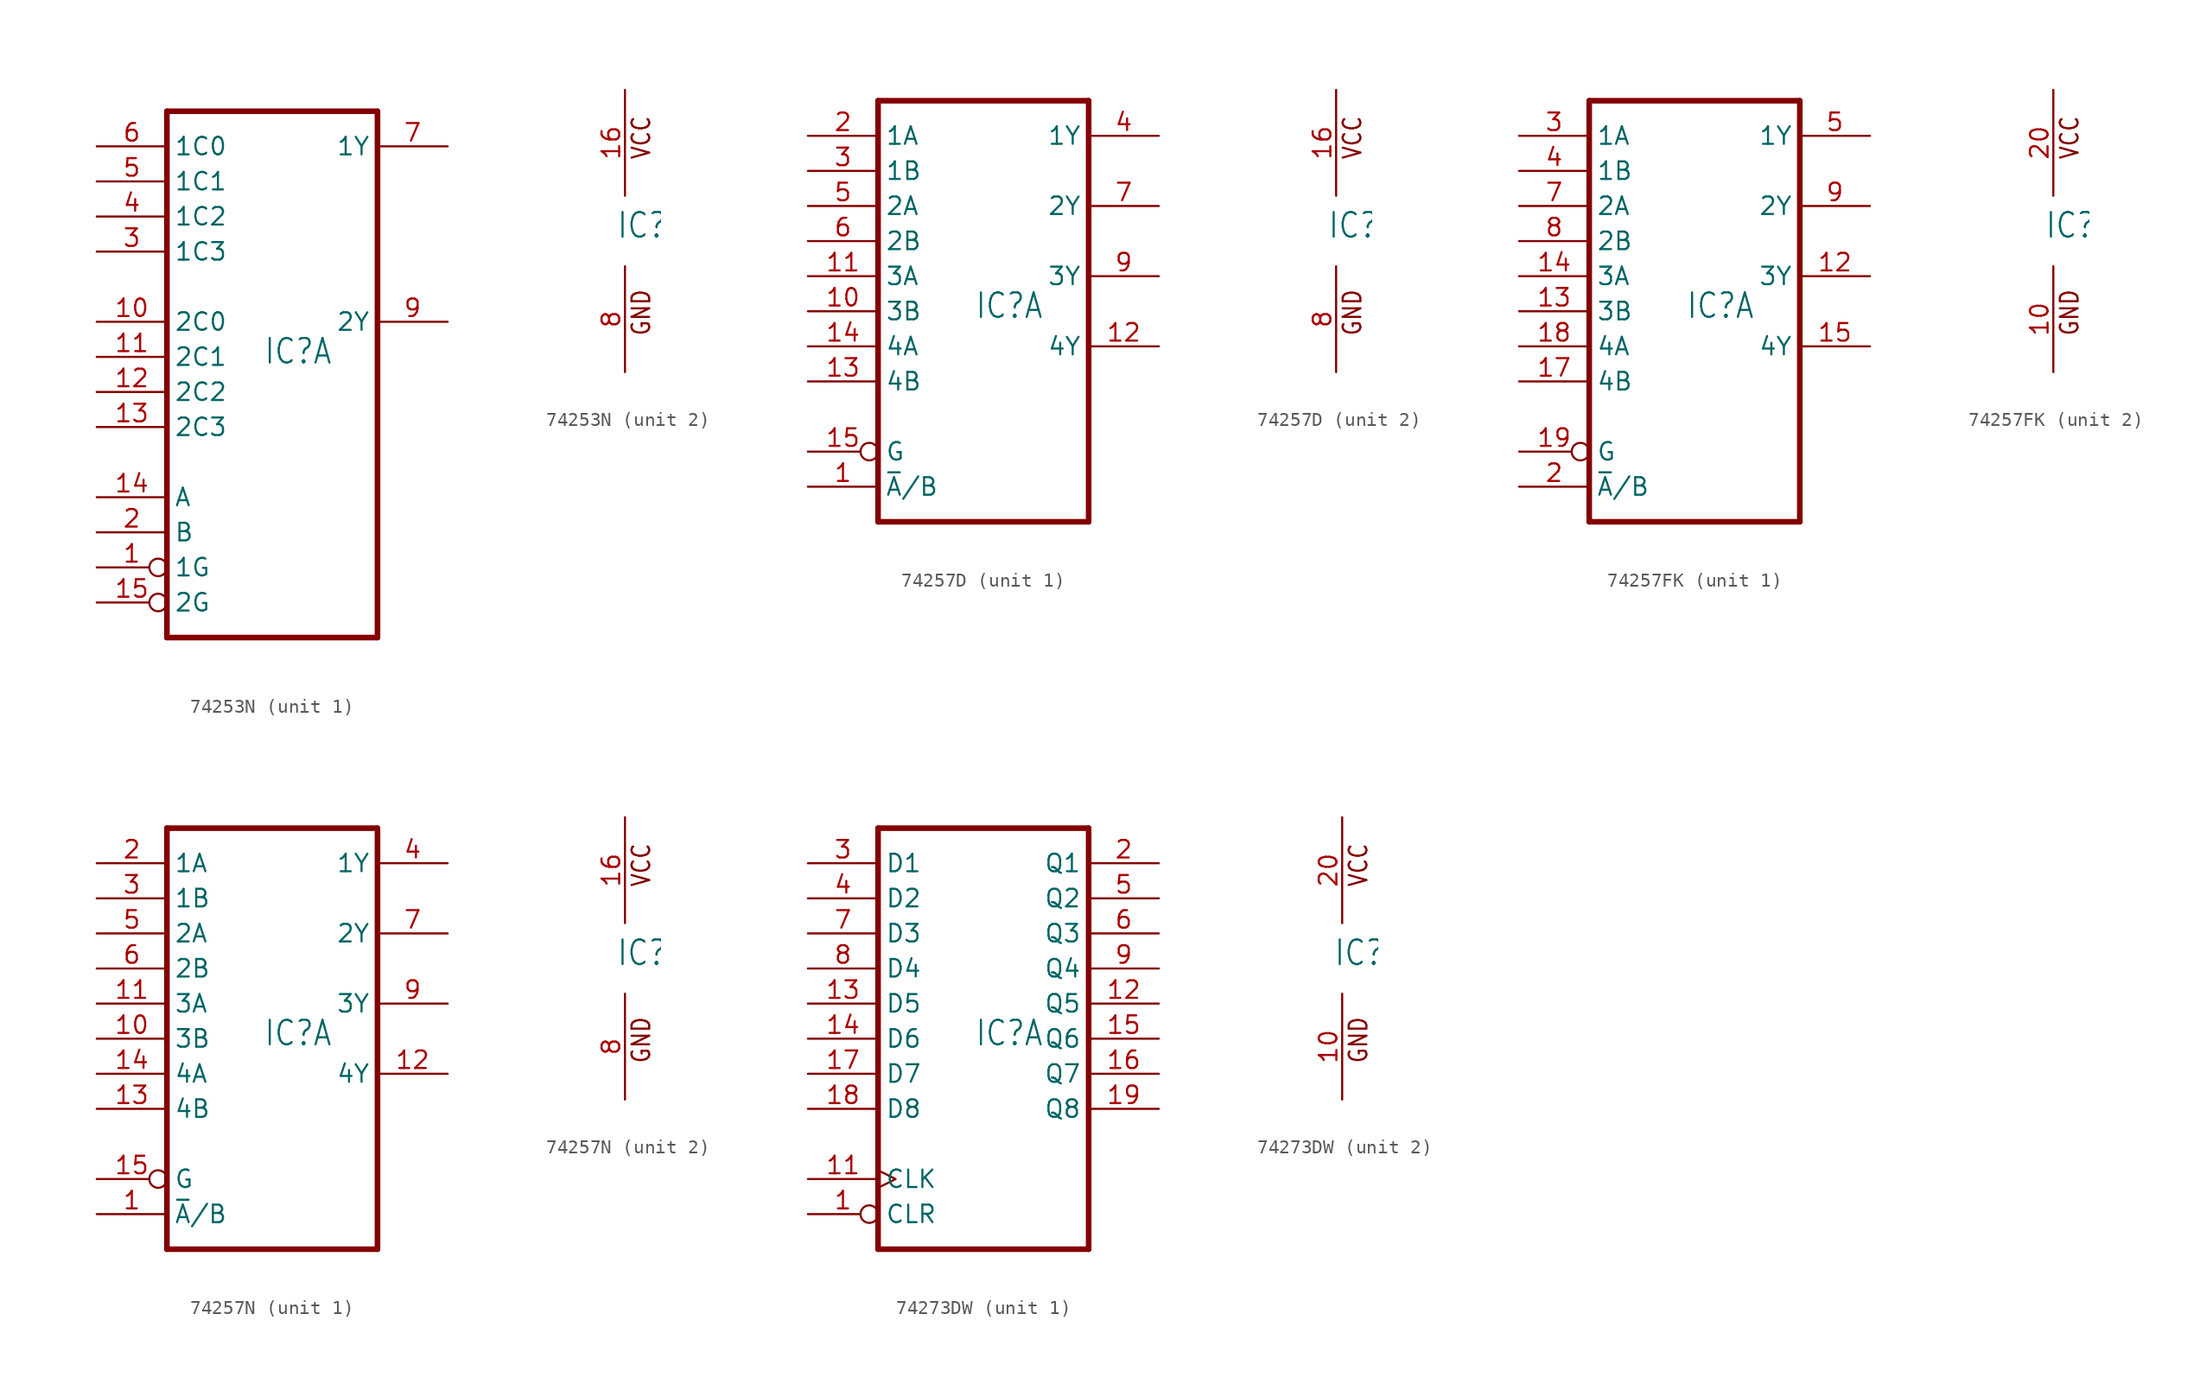
<source format=kicad_sym>
(kicad_symbol_lib
  (version 20211014)
  (generator kicad_symbol_editor)
  (symbol "74253N"
    (property "Reference" "IC"
      (at -0.635 -0.635 0)
      (effects (font (size 1.778 1.511)) (justify left bottom)))
    (property "ki_locked" ""
      (at 0 0 0)
      (effects (font (size 1.27 1.27))))
    (symbol "74253N_1_0"
      (polyline (pts (xy -7.62 -20.32) (xy 7.62 -20.32)) (stroke (width 0.406) (type default) (color 0 0 0 0)) (fill (type none)))
      (polyline (pts (xy -7.62 17.78) (xy -7.62 -20.32)) (stroke (width 0.406) (type default) (color 0 0 0 0)) (fill (type none)))
      (polyline (pts (xy 7.62 -20.32) (xy 7.62 17.78)) (stroke (width 0.406) (type default) (color 0 0 0 0)) (fill (type none)))
      (polyline (pts (xy 7.62 17.78) (xy -7.62 17.78)) (stroke (width 0.406) (type default) (color 0 0 0 0)) (fill (type none)))
      (pin input inverted (at -12.7 -15.24 0) (length 5.08) (name "1G" (effects (font (size 1.27 1.27)))) (number "1" (effects (font (size 1.27 1.27)))))
      (pin input line (at -12.7 2.54 0) (length 5.08) (name "2C0" (effects (font (size 1.27 1.27)))) (number "10" (effects (font (size 1.27 1.27)))))
      (pin input line (at -12.7 0 0) (length 5.08) (name "2C1" (effects (font (size 1.27 1.27)))) (number "11" (effects (font (size 1.27 1.27)))))
      (pin input line (at -12.7 -2.54 0) (length 5.08) (name "2C2" (effects (font (size 1.27 1.27)))) (number "12" (effects (font (size 1.27 1.27)))))
      (pin input line (at -12.7 -5.08 0) (length 5.08) (name "2C3" (effects (font (size 1.27 1.27)))) (number "13" (effects (font (size 1.27 1.27)))))
      (pin input line (at -12.7 -10.16 0) (length 5.08) (name "A" (effects (font (size 1.27 1.27)))) (number "14" (effects (font (size 1.27 1.27)))))
      (pin input inverted (at -12.7 -17.78 0) (length 5.08) (name "2G" (effects (font (size 1.27 1.27)))) (number "15" (effects (font (size 1.27 1.27)))))
      (pin input line (at -12.7 -12.7 0) (length 5.08) (name "B" (effects (font (size 1.27 1.27)))) (number "2" (effects (font (size 1.27 1.27)))))
      (pin input line (at -12.7 7.62 0) (length 5.08) (name "1C3" (effects (font (size 1.27 1.27)))) (number "3" (effects (font (size 1.27 1.27)))))
      (pin input line (at -12.7 10.16 0) (length 5.08) (name "1C2" (effects (font (size 1.27 1.27)))) (number "4" (effects (font (size 1.27 1.27)))))
      (pin input line (at -12.7 12.7 0) (length 5.08) (name "1C1" (effects (font (size 1.27 1.27)))) (number "5" (effects (font (size 1.27 1.27)))))
      (pin input line (at -12.7 15.24 0) (length 5.08) (name "1C0" (effects (font (size 1.27 1.27)))) (number "6" (effects (font (size 1.27 1.27)))))
      (pin tri_state line (at 12.7 15.24 180) (length 5.08) (name "1Y" (effects (font (size 1.27 1.27)))) (number "7" (effects (font (size 1.27 1.27)))))
      (pin tri_state line (at 12.7 2.54 180) (length 5.08) (name "2Y" (effects (font (size 1.27 1.27)))) (number "9" (effects (font (size 1.27 1.27))))))
    (symbol "74253N_2_0"
      (text "GND" (at 1.905 -7.62 900) (effects (font (size 1.27 1.079)) (justify left bottom)))
      (text "VCC" (at 1.905 5.08 900) (effects (font (size 1.27 1.079)) (justify left bottom)))
      (pin power_in line (at 0 10.16 270) (length 7.62) (name "VCC" (effects (font (size 0 0)))) (number "16" (effects (font (size 1.27 1.27)))))
      (pin power_in line (at 0 -10.16 90) (length 7.62) (name "GND" (effects (font (size 0 0)))) (number "8" (effects (font (size 1.27 1.27)))))))
  (symbol "74257D"
    (property "Reference" "IC"
      (at -0.635 -0.635 0)
      (effects (font (size 1.778 1.511)) (justify left bottom)))
    (property "ki_locked" ""
      (at 0 0 0)
      (effects (font (size 1.27 1.27))))
    (symbol "74257D_1_0"
      (polyline (pts (xy -7.62 -15.24) (xy 7.62 -15.24)) (stroke (width 0.406) (type default) (color 0 0 0 0)) (fill (type none)))
      (polyline (pts (xy -7.62 15.24) (xy -7.62 -15.24)) (stroke (width 0.406) (type default) (color 0 0 0 0)) (fill (type none)))
      (polyline (pts (xy 7.62 -15.24) (xy 7.62 15.24)) (stroke (width 0.406) (type default) (color 0 0 0 0)) (fill (type none)))
      (polyline (pts (xy 7.62 15.24) (xy -7.62 15.24)) (stroke (width 0.406) (type default) (color 0 0 0 0)) (fill (type none)))
      (pin input line (at -12.7 -12.7 0) (length 5.08) (name "~{A}/B" (effects (font (size 1.27 1.27)))) (number "1" (effects (font (size 1.27 1.27)))))
      (pin input line (at -12.7 0 0) (length 5.08) (name "3B" (effects (font (size 1.27 1.27)))) (number "10" (effects (font (size 1.27 1.27)))))
      (pin input line (at -12.7 2.54 0) (length 5.08) (name "3A" (effects (font (size 1.27 1.27)))) (number "11" (effects (font (size 1.27 1.27)))))
      (pin tri_state line (at 12.7 -2.54 180) (length 5.08) (name "4Y" (effects (font (size 1.27 1.27)))) (number "12" (effects (font (size 1.27 1.27)))))
      (pin input line (at -12.7 -5.08 0) (length 5.08) (name "4B" (effects (font (size 1.27 1.27)))) (number "13" (effects (font (size 1.27 1.27)))))
      (pin input line (at -12.7 -2.54 0) (length 5.08) (name "4A" (effects (font (size 1.27 1.27)))) (number "14" (effects (font (size 1.27 1.27)))))
      (pin input inverted (at -12.7 -10.16 0) (length 5.08) (name "G" (effects (font (size 1.27 1.27)))) (number "15" (effects (font (size 1.27 1.27)))))
      (pin input line (at -12.7 12.7 0) (length 5.08) (name "1A" (effects (font (size 1.27 1.27)))) (number "2" (effects (font (size 1.27 1.27)))))
      (pin input line (at -12.7 10.16 0) (length 5.08) (name "1B" (effects (font (size 1.27 1.27)))) (number "3" (effects (font (size 1.27 1.27)))))
      (pin tri_state line (at 12.7 12.7 180) (length 5.08) (name "1Y" (effects (font (size 1.27 1.27)))) (number "4" (effects (font (size 1.27 1.27)))))
      (pin input line (at -12.7 7.62 0) (length 5.08) (name "2A" (effects (font (size 1.27 1.27)))) (number "5" (effects (font (size 1.27 1.27)))))
      (pin input line (at -12.7 5.08 0) (length 5.08) (name "2B" (effects (font (size 1.27 1.27)))) (number "6" (effects (font (size 1.27 1.27)))))
      (pin tri_state line (at 12.7 7.62 180) (length 5.08) (name "2Y" (effects (font (size 1.27 1.27)))) (number "7" (effects (font (size 1.27 1.27)))))
      (pin tri_state line (at 12.7 2.54 180) (length 5.08) (name "3Y" (effects (font (size 1.27 1.27)))) (number "9" (effects (font (size 1.27 1.27))))))
    (symbol "74257D_2_0"
      (text "GND" (at 1.905 -7.62 900) (effects (font (size 1.27 1.079)) (justify left bottom)))
      (text "VCC" (at 1.905 5.08 900) (effects (font (size 1.27 1.079)) (justify left bottom)))
      (pin power_in line (at 0 10.16 270) (length 7.62) (name "VCC" (effects (font (size 0 0)))) (number "16" (effects (font (size 1.27 1.27)))))
      (pin power_in line (at 0 -10.16 90) (length 7.62) (name "GND" (effects (font (size 0 0)))) (number "8" (effects (font (size 1.27 1.27)))))))
  (symbol "74257FK"
    (property "Reference" "IC"
      (at -0.635 -0.635 0)
      (effects (font (size 1.778 1.511)) (justify left bottom)))
    (property "ki_locked" ""
      (at 0 0 0)
      (effects (font (size 1.27 1.27))))
    (symbol "74257FK_1_0"
      (polyline (pts (xy -7.62 -15.24) (xy 7.62 -15.24)) (stroke (width 0.406) (type default) (color 0 0 0 0)) (fill (type none)))
      (polyline (pts (xy -7.62 15.24) (xy -7.62 -15.24)) (stroke (width 0.406) (type default) (color 0 0 0 0)) (fill (type none)))
      (polyline (pts (xy 7.62 -15.24) (xy 7.62 15.24)) (stroke (width 0.406) (type default) (color 0 0 0 0)) (fill (type none)))
      (polyline (pts (xy 7.62 15.24) (xy -7.62 15.24)) (stroke (width 0.406) (type default) (color 0 0 0 0)) (fill (type none)))
      (pin tri_state line (at 12.7 2.54 180) (length 5.08) (name "3Y" (effects (font (size 1.27 1.27)))) (number "12" (effects (font (size 1.27 1.27)))))
      (pin input line (at -12.7 0 0) (length 5.08) (name "3B" (effects (font (size 1.27 1.27)))) (number "13" (effects (font (size 1.27 1.27)))))
      (pin input line (at -12.7 2.54 0) (length 5.08) (name "3A" (effects (font (size 1.27 1.27)))) (number "14" (effects (font (size 1.27 1.27)))))
      (pin tri_state line (at 12.7 -2.54 180) (length 5.08) (name "4Y" (effects (font (size 1.27 1.27)))) (number "15" (effects (font (size 1.27 1.27)))))
      (pin input line (at -12.7 -5.08 0) (length 5.08) (name "4B" (effects (font (size 1.27 1.27)))) (number "17" (effects (font (size 1.27 1.27)))))
      (pin input line (at -12.7 -2.54 0) (length 5.08) (name "4A" (effects (font (size 1.27 1.27)))) (number "18" (effects (font (size 1.27 1.27)))))
      (pin input inverted (at -12.7 -10.16 0) (length 5.08) (name "G" (effects (font (size 1.27 1.27)))) (number "19" (effects (font (size 1.27 1.27)))))
      (pin input line (at -12.7 -12.7 0) (length 5.08) (name "~{A}/B" (effects (font (size 1.27 1.27)))) (number "2" (effects (font (size 1.27 1.27)))))
      (pin input line (at -12.7 12.7 0) (length 5.08) (name "1A" (effects (font (size 1.27 1.27)))) (number "3" (effects (font (size 1.27 1.27)))))
      (pin input line (at -12.7 10.16 0) (length 5.08) (name "1B" (effects (font (size 1.27 1.27)))) (number "4" (effects (font (size 1.27 1.27)))))
      (pin tri_state line (at 12.7 12.7 180) (length 5.08) (name "1Y" (effects (font (size 1.27 1.27)))) (number "5" (effects (font (size 1.27 1.27)))))
      (pin input line (at -12.7 7.62 0) (length 5.08) (name "2A" (effects (font (size 1.27 1.27)))) (number "7" (effects (font (size 1.27 1.27)))))
      (pin input line (at -12.7 5.08 0) (length 5.08) (name "2B" (effects (font (size 1.27 1.27)))) (number "8" (effects (font (size 1.27 1.27)))))
      (pin tri_state line (at 12.7 7.62 180) (length 5.08) (name "2Y" (effects (font (size 1.27 1.27)))) (number "9" (effects (font (size 1.27 1.27))))))
    (symbol "74257FK_2_0"
      (text "GND" (at 1.905 -7.62 900) (effects (font (size 1.27 1.079)) (justify left bottom)))
      (text "VCC" (at 1.905 5.08 900) (effects (font (size 1.27 1.079)) (justify left bottom)))
      (pin power_in line (at 0 -10.16 90) (length 7.62) (name "GND" (effects (font (size 0 0)))) (number "10" (effects (font (size 1.27 1.27)))))
      (pin power_in line (at 0 10.16 270) (length 7.62) (name "VCC" (effects (font (size 0 0)))) (number "20" (effects (font (size 1.27 1.27)))))))
  (symbol "74257N"
    (property "Reference" "IC"
      (at -0.635 -0.635 0)
      (effects (font (size 1.778 1.511)) (justify left bottom)))
    (property "ki_locked" ""
      (at 0 0 0)
      (effects (font (size 1.27 1.27))))
    (symbol "74257N_1_0"
      (polyline (pts (xy -7.62 -15.24) (xy 7.62 -15.24)) (stroke (width 0.406) (type default) (color 0 0 0 0)) (fill (type none)))
      (polyline (pts (xy -7.62 15.24) (xy -7.62 -15.24)) (stroke (width 0.406) (type default) (color 0 0 0 0)) (fill (type none)))
      (polyline (pts (xy 7.62 -15.24) (xy 7.62 15.24)) (stroke (width 0.406) (type default) (color 0 0 0 0)) (fill (type none)))
      (polyline (pts (xy 7.62 15.24) (xy -7.62 15.24)) (stroke (width 0.406) (type default) (color 0 0 0 0)) (fill (type none)))
      (pin input line (at -12.7 -12.7 0) (length 5.08) (name "~{A}/B" (effects (font (size 1.27 1.27)))) (number "1" (effects (font (size 1.27 1.27)))))
      (pin input line (at -12.7 0 0) (length 5.08) (name "3B" (effects (font (size 1.27 1.27)))) (number "10" (effects (font (size 1.27 1.27)))))
      (pin input line (at -12.7 2.54 0) (length 5.08) (name "3A" (effects (font (size 1.27 1.27)))) (number "11" (effects (font (size 1.27 1.27)))))
      (pin tri_state line (at 12.7 -2.54 180) (length 5.08) (name "4Y" (effects (font (size 1.27 1.27)))) (number "12" (effects (font (size 1.27 1.27)))))
      (pin input line (at -12.7 -5.08 0) (length 5.08) (name "4B" (effects (font (size 1.27 1.27)))) (number "13" (effects (font (size 1.27 1.27)))))
      (pin input line (at -12.7 -2.54 0) (length 5.08) (name "4A" (effects (font (size 1.27 1.27)))) (number "14" (effects (font (size 1.27 1.27)))))
      (pin input inverted (at -12.7 -10.16 0) (length 5.08) (name "G" (effects (font (size 1.27 1.27)))) (number "15" (effects (font (size 1.27 1.27)))))
      (pin input line (at -12.7 12.7 0) (length 5.08) (name "1A" (effects (font (size 1.27 1.27)))) (number "2" (effects (font (size 1.27 1.27)))))
      (pin input line (at -12.7 10.16 0) (length 5.08) (name "1B" (effects (font (size 1.27 1.27)))) (number "3" (effects (font (size 1.27 1.27)))))
      (pin tri_state line (at 12.7 12.7 180) (length 5.08) (name "1Y" (effects (font (size 1.27 1.27)))) (number "4" (effects (font (size 1.27 1.27)))))
      (pin input line (at -12.7 7.62 0) (length 5.08) (name "2A" (effects (font (size 1.27 1.27)))) (number "5" (effects (font (size 1.27 1.27)))))
      (pin input line (at -12.7 5.08 0) (length 5.08) (name "2B" (effects (font (size 1.27 1.27)))) (number "6" (effects (font (size 1.27 1.27)))))
      (pin tri_state line (at 12.7 7.62 180) (length 5.08) (name "2Y" (effects (font (size 1.27 1.27)))) (number "7" (effects (font (size 1.27 1.27)))))
      (pin tri_state line (at 12.7 2.54 180) (length 5.08) (name "3Y" (effects (font (size 1.27 1.27)))) (number "9" (effects (font (size 1.27 1.27))))))
    (symbol "74257N_2_0"
      (text "GND" (at 1.905 -7.62 900) (effects (font (size 1.27 1.079)) (justify left bottom)))
      (text "VCC" (at 1.905 5.08 900) (effects (font (size 1.27 1.079)) (justify left bottom)))
      (pin power_in line (at 0 10.16 270) (length 7.62) (name "VCC" (effects (font (size 0 0)))) (number "16" (effects (font (size 1.27 1.27)))))
      (pin power_in line (at 0 -10.16 90) (length 7.62) (name "GND" (effects (font (size 0 0)))) (number "8" (effects (font (size 1.27 1.27)))))))
  (symbol "74273DW"
    (property "Reference" "IC"
      (at -0.635 -0.635 0)
      (effects (font (size 1.778 1.511)) (justify left bottom)))
    (property "ki_locked" ""
      (at 0 0 0)
      (effects (font (size 1.27 1.27))))
    (symbol "74273DW_1_0"
      (polyline (pts (xy -7.62 -15.24) (xy 7.62 -15.24)) (stroke (width 0.406) (type default) (color 0 0 0 0)) (fill (type none)))
      (polyline (pts (xy -7.62 15.24) (xy -7.62 -15.24)) (stroke (width 0.406) (type default) (color 0 0 0 0)) (fill (type none)))
      (polyline (pts (xy 7.62 -15.24) (xy 7.62 15.24)) (stroke (width 0.406) (type default) (color 0 0 0 0)) (fill (type none)))
      (polyline (pts (xy 7.62 15.24) (xy -7.62 15.24)) (stroke (width 0.406) (type default) (color 0 0 0 0)) (fill (type none)))
      (pin input inverted (at -12.7 -12.7 0) (length 5.08) (name "CLR" (effects (font (size 1.27 1.27)))) (number "1" (effects (font (size 1.27 1.27)))))
      (pin input clock (at -12.7 -10.16 0) (length 5.08) (name "CLK" (effects (font (size 1.27 1.27)))) (number "11" (effects (font (size 1.27 1.27)))))
      (pin output line (at 12.7 2.54 180) (length 5.08) (name "Q5" (effects (font (size 1.27 1.27)))) (number "12" (effects (font (size 1.27 1.27)))))
      (pin input line (at -12.7 2.54 0) (length 5.08) (name "D5" (effects (font (size 1.27 1.27)))) (number "13" (effects (font (size 1.27 1.27)))))
      (pin input line (at -12.7 0 0) (length 5.08) (name "D6" (effects (font (size 1.27 1.27)))) (number "14" (effects (font (size 1.27 1.27)))))
      (pin output line (at 12.7 0 180) (length 5.08) (name "Q6" (effects (font (size 1.27 1.27)))) (number "15" (effects (font (size 1.27 1.27)))))
      (pin output line (at 12.7 -2.54 180) (length 5.08) (name "Q7" (effects (font (size 1.27 1.27)))) (number "16" (effects (font (size 1.27 1.27)))))
      (pin input line (at -12.7 -2.54 0) (length 5.08) (name "D7" (effects (font (size 1.27 1.27)))) (number "17" (effects (font (size 1.27 1.27)))))
      (pin input line (at -12.7 -5.08 0) (length 5.08) (name "D8" (effects (font (size 1.27 1.27)))) (number "18" (effects (font (size 1.27 1.27)))))
      (pin output line (at 12.7 -5.08 180) (length 5.08) (name "Q8" (effects (font (size 1.27 1.27)))) (number "19" (effects (font (size 1.27 1.27)))))
      (pin output line (at 12.7 12.7 180) (length 5.08) (name "Q1" (effects (font (size 1.27 1.27)))) (number "2" (effects (font (size 1.27 1.27)))))
      (pin input line (at -12.7 12.7 0) (length 5.08) (name "D1" (effects (font (size 1.27 1.27)))) (number "3" (effects (font (size 1.27 1.27)))))
      (pin input line (at -12.7 10.16 0) (length 5.08) (name "D2" (effects (font (size 1.27 1.27)))) (number "4" (effects (font (size 1.27 1.27)))))
      (pin output line (at 12.7 10.16 180) (length 5.08) (name "Q2" (effects (font (size 1.27 1.27)))) (number "5" (effects (font (size 1.27 1.27)))))
      (pin output line (at 12.7 7.62 180) (length 5.08) (name "Q3" (effects (font (size 1.27 1.27)))) (number "6" (effects (font (size 1.27 1.27)))))
      (pin input line (at -12.7 7.62 0) (length 5.08) (name "D3" (effects (font (size 1.27 1.27)))) (number "7" (effects (font (size 1.27 1.27)))))
      (pin input line (at -12.7 5.08 0) (length 5.08) (name "D4" (effects (font (size 1.27 1.27)))) (number "8" (effects (font (size 1.27 1.27)))))
      (pin output line (at 12.7 5.08 180) (length 5.08) (name "Q4" (effects (font (size 1.27 1.27)))) (number "9" (effects (font (size 1.27 1.27))))))
    (symbol "74273DW_2_0"
      (text "GND" (at 1.905 -7.62 900) (effects (font (size 1.27 1.079)) (justify left bottom)))
      (text "VCC" (at 1.905 5.08 900) (effects (font (size 1.27 1.079)) (justify left bottom)))
      (pin power_in line (at 0 -10.16 90) (length 7.62) (name "GND" (effects (font (size 0 0)))) (number "10" (effects (font (size 1.27 1.27)))))
      (pin power_in line (at 0 10.16 270) (length 7.62) (name "VCC" (effects (font (size 0 0)))) (number "20" (effects (font (size 1.27 1.27))))))))
</source>
